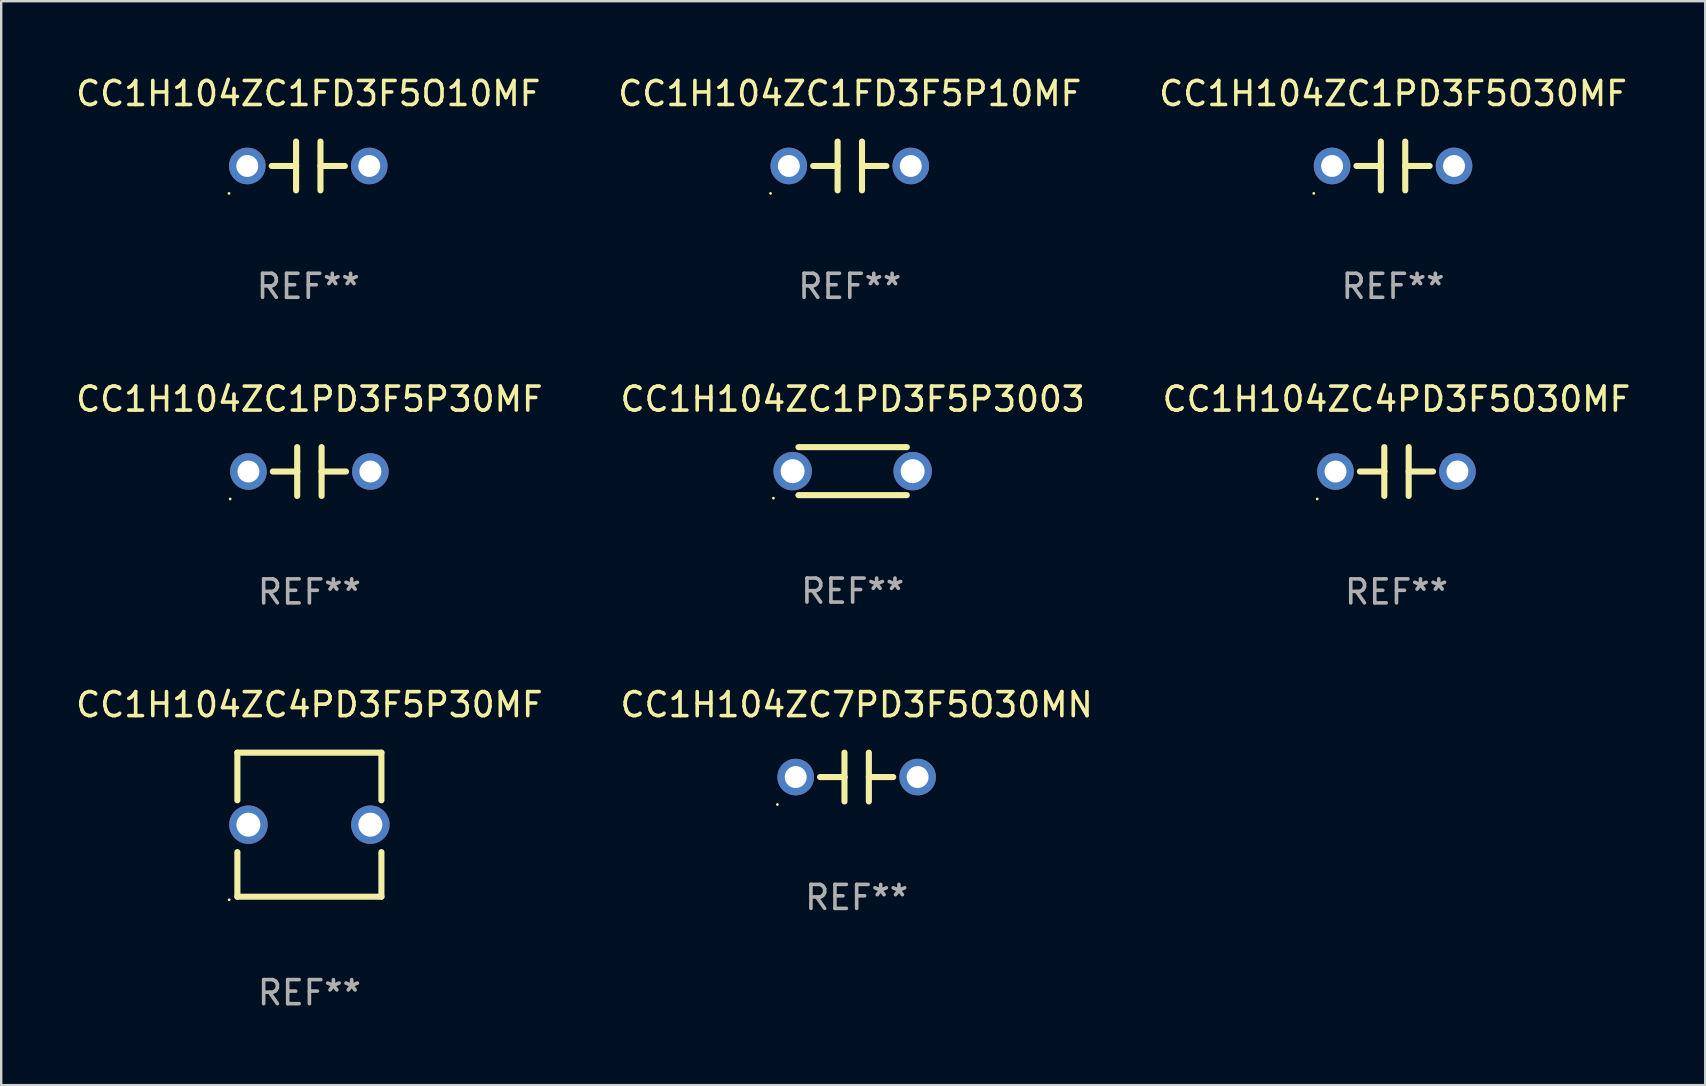
<source format=kicad_pcb>
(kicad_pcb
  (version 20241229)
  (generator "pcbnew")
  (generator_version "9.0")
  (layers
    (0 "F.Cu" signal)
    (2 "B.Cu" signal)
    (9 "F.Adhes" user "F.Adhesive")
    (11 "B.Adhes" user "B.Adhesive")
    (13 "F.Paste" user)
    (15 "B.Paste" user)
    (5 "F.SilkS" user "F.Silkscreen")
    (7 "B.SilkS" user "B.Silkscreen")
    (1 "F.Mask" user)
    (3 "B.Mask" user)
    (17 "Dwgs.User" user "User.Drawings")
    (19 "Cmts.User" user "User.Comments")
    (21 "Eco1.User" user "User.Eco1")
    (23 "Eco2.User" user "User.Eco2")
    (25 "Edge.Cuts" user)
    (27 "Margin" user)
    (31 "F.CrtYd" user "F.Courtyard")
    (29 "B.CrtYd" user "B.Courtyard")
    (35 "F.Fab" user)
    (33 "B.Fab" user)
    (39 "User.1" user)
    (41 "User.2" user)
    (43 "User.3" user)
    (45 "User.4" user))
  (footprint "CC1H104ZC7PD3F5O30MN"
    (layer "F.Cu")
    (at 32.637 29.321)
    (property "Reference" "CC1H104ZC7PD3F5O30MN" (at 0 -3.016 0) (layer "F.SilkS") (effects (font (size 1 1) (thickness 0.15))))
    (attr through_hole)
    (fp_line (start -1.524 0) (end -0.508 0) (stroke (width 0.254) (type solid)) (layer "F.SilkS"))
    (fp_line (start -0.508 0) (end -0.508 -1.016) (stroke (width 0.254) (type solid)) (layer "F.SilkS"))
    (fp_line (start -0.508 0) (end -0.508 1.016) (stroke (width 0.254) (type solid)) (layer "F.SilkS"))
    (fp_line (start 0.508 -1.016) (end 0.508 1.016) (stroke (width 0.254) (type solid)) (layer "F.SilkS"))
    (fp_line (start 1.524 0) (end 0.508 0) (stroke (width 0.254) (type solid)) (layer "F.SilkS"))
    (fp_circle (center -3.302 1.143) (end -3.272 1.143) (stroke (width 0.06) (type solid)) (fill no) (layer "F.SilkS"))
    (fp_text user "REF**" (at 0 5.016 0) (layer "F.Fab") (effects (font (size 1 1) (thickness 0.15))))
    (pad "1" thru_hole circle (at -2.54 0) (size 1.524 1.524) (drill 0.914) (layers "*.Cu" "*.Mask"))
    (pad "2" thru_hole circle (at 2.54 0) (size 1.524 1.524) (drill 0.914) (layers "*.Cu" "*.Mask")))
  (footprint "CC1H104ZC4PD3F5O30MF"
    (layer "F.Cu")
    (at 55.125 16.593)
    (property "Reference" "CC1H104ZC4PD3F5O30MF" (at 0 -3.016 0) (layer "F.SilkS") (effects (font (size 1 1) (thickness 0.15))))
    (attr through_hole)
    (fp_line (start -1.524 0) (end -0.508 0) (stroke (width 0.254) (type solid)) (layer "F.SilkS"))
    (fp_line (start -0.508 0) (end -0.508 -1.016) (stroke (width 0.254) (type solid)) (layer "F.SilkS"))
    (fp_line (start -0.508 0) (end -0.508 1.016) (stroke (width 0.254) (type solid)) (layer "F.SilkS"))
    (fp_line (start 0.508 -1.016) (end 0.508 1.016) (stroke (width 0.254) (type solid)) (layer "F.SilkS"))
    (fp_line (start 1.524 0) (end 0.508 0) (stroke (width 0.254) (type solid)) (layer "F.SilkS"))
    (fp_circle (center -3.302 1.143) (end -3.272 1.143) (stroke (width 0.06) (type solid)) (fill no) (layer "F.SilkS"))
    (fp_text user "REF**" (at 0 5.016 0) (layer "F.Fab") (effects (font (size 1 1) (thickness 0.15))))
    (pad "1" thru_hole circle (at -2.54 0) (size 1.524 1.524) (drill 0.914) (layers "*.Cu" "*.Mask"))
    (pad "2" thru_hole circle (at 2.54 0) (size 1.524 1.524) (drill 0.914) (layers "*.Cu" "*.Mask")))
  (footprint "CC1H104ZC1FD3F5O10MF"
    (layer "F.Cu")
    (at 9.792 3.864)
    (property "Reference" "CC1H104ZC1FD3F5O10MF" (at 0 -3.016 0) (layer "F.SilkS") (effects (font (size 1 1) (thickness 0.15))))
    (attr through_hole)
    (fp_line (start -1.524 0) (end -0.508 0) (stroke (width 0.254) (type solid)) (layer "F.SilkS"))
    (fp_line (start -0.508 0) (end -0.508 -1.016) (stroke (width 0.254) (type solid)) (layer "F.SilkS"))
    (fp_line (start -0.508 0) (end -0.508 1.016) (stroke (width 0.254) (type solid)) (layer "F.SilkS"))
    (fp_line (start 0.508 -1.016) (end 0.508 1.016) (stroke (width 0.254) (type solid)) (layer "F.SilkS"))
    (fp_line (start 1.524 0) (end 0.508 0) (stroke (width 0.254) (type solid)) (layer "F.SilkS"))
    (fp_circle (center -3.302 1.143) (end -3.272 1.143) (stroke (width 0.06) (type solid)) (fill no) (layer "F.SilkS"))
    (fp_text user "REF**" (at 0 5.016 0) (layer "F.Fab") (effects (font (size 1 1) (thickness 0.15))))
    (pad "1" thru_hole circle (at -2.54 0) (size 1.524 1.524) (drill 0.914) (layers "*.Cu" "*.Mask"))
    (pad "2" thru_hole circle (at 2.54 0) (size 1.524 1.524) (drill 0.914) (layers "*.Cu" "*.Mask")))
  (footprint "CC1H104ZC1PD3F5O30MF"
    (layer "F.Cu")
    (at 54.982 3.864)
    (property "Reference" "CC1H104ZC1PD3F5O30MF" (at 0 -3.016 0) (layer "F.SilkS") (effects (font (size 1 1) (thickness 0.15))))
    (attr through_hole)
    (fp_line (start -1.524 0) (end -0.508 0) (stroke (width 0.254) (type solid)) (layer "F.SilkS"))
    (fp_line (start -0.508 0) (end -0.508 -1.016) (stroke (width 0.254) (type solid)) (layer "F.SilkS"))
    (fp_line (start -0.508 0) (end -0.508 1.016) (stroke (width 0.254) (type solid)) (layer "F.SilkS"))
    (fp_line (start 0.508 -1.016) (end 0.508 1.016) (stroke (width 0.254) (type solid)) (layer "F.SilkS"))
    (fp_line (start 1.524 0) (end 0.508 0) (stroke (width 0.254) (type solid)) (layer "F.SilkS"))
    (fp_circle (center -3.302 1.143) (end -3.272 1.143) (stroke (width 0.06) (type solid)) (fill no) (layer "F.SilkS"))
    (fp_text user "REF**" (at 0 5.016 0) (layer "F.Fab") (effects (font (size 1 1) (thickness 0.15))))
    (pad "1" thru_hole circle (at -2.54 0) (size 1.524 1.524) (drill 0.914) (layers "*.Cu" "*.Mask"))
    (pad "2" thru_hole circle (at 2.54 0) (size 1.524 1.524) (drill 0.914) (layers "*.Cu" "*.Mask")))
  (footprint "CC1H104ZC4PD3F5P30MF"
    (layer "F.Cu")
    (at 9.839 31.305)
    (property "Reference" "CC1H104ZC4PD3F5P30MF" (at 0 -5 0) (layer "F.SilkS") (effects (font (size 1 1) (thickness 0.15))))
    (attr through_hole)
    (fp_line (start -3 -3) (end -3 -1.016) (stroke (width 0.254) (type solid)) (layer "F.SilkS"))
    (fp_line (start -3 -3) (end 3 -3) (stroke (width 0.254) (type solid)) (layer "F.SilkS"))
    (fp_line (start -3 3) (end -3 1.143) (stroke (width 0.254) (type solid)) (layer "F.SilkS"))
    (fp_line (start -3 3) (end 3 3) (stroke (width 0.254) (type solid)) (layer "F.SilkS"))
    (fp_line (start 3 -3) (end 3 -1.016) (stroke (width 0.254) (type solid)) (layer "F.SilkS"))
    (fp_line (start 3 3) (end 3 1.143) (stroke (width 0.254) (type solid)) (layer "F.SilkS"))
    (fp_circle (center -3.34 3.127) (end -3.31 3.127) (stroke (width 0.06) (type solid)) (fill no) (layer "F.SilkS"))
    (fp_text user "REF**" (at 0 7 0) (layer "F.Fab") (effects (font (size 1 1) (thickness 0.15))))
    (pad "1" thru_hole circle (at -2.54 0) (size 1.6 1.6) (drill 1) (layers "*.Cu" "*.Mask"))
    (pad "2" thru_hole circle (at 2.54 0) (size 1.6 1.6) (drill 1) (layers "*.Cu" "*.Mask")))
  (footprint "CC1H104ZC1PD3F5P30MF"
    (layer "F.Cu")
    (at 9.839 16.593)
    (property "Reference" "CC1H104ZC1PD3F5P30MF" (at 0 -3.016 0) (layer "F.SilkS") (effects (font (size 1 1) (thickness 0.15))))
    (attr through_hole)
    (fp_line (start -1.524 0) (end -0.508 0) (stroke (width 0.254) (type solid)) (layer "F.SilkS"))
    (fp_line (start -0.508 0) (end -0.508 -1.016) (stroke (width 0.254) (type solid)) (layer "F.SilkS"))
    (fp_line (start -0.508 0) (end -0.508 1.016) (stroke (width 0.254) (type solid)) (layer "F.SilkS"))
    (fp_line (start 0.508 -1.016) (end 0.508 1.016) (stroke (width 0.254) (type solid)) (layer "F.SilkS"))
    (fp_line (start 1.524 0) (end 0.508 0) (stroke (width 0.254) (type solid)) (layer "F.SilkS"))
    (fp_circle (center -3.302 1.143) (end -3.272 1.143) (stroke (width 0.06) (type solid)) (fill no) (layer "F.SilkS"))
    (fp_text user "REF**" (at 0 5.016 0) (layer "F.Fab") (effects (font (size 1 1) (thickness 0.15))))
    (pad "1" thru_hole circle (at -2.54 0) (size 1.524 1.524) (drill 0.914) (layers "*.Cu" "*.Mask"))
    (pad "2" thru_hole circle (at 2.54 0) (size 1.524 1.524) (drill 0.914) (layers "*.Cu" "*.Mask")))
  (footprint "CC1H104ZC1PD3F5P3003"
    (layer "F.Cu")
    (at 32.47 16.577)
    (property "Reference" "CC1H104ZC1PD3F5P3003" (at 0 -3 0) (layer "F.SilkS") (effects (font (size 1 1) (thickness 0.15))))
    (attr through_hole)
    (fp_line (start -2.257 -1) (end 2.256 -1) (stroke (width 0.254) (type solid)) (layer "F.SilkS"))
    (fp_line (start -2.257 1) (end 2.256 1) (stroke (width 0.254) (type solid)) (layer "F.SilkS"))
    (fp_circle (center -3.3 1.127) (end -3.27 1.127) (stroke (width 0.06) (type solid)) (fill no) (layer "F.SilkS"))
    (fp_text user "REF**" (at 0 5 0) (layer "F.Fab") (effects (font (size 1 1) (thickness 0.15))))
    (pad "1" thru_hole circle (at -2.5 0) (size 1.6 1.6) (drill 1) (layers "*.Cu" "*.Mask"))
    (pad "2" thru_hole circle (at 2.5 0) (size 1.6 1.6) (drill 1) (layers "*.Cu" "*.Mask")))
  (footprint "CC1H104ZC1FD3F5P10MF"
    (layer "F.Cu")
    (at 32.351 3.864)
    (property "Reference" "CC1H104ZC1FD3F5P10MF" (at 0 -3.016 0) (layer "F.SilkS") (effects (font (size 1 1) (thickness 0.15))))
    (attr through_hole)
    (fp_line (start -1.524 0) (end -0.508 0) (stroke (width 0.254) (type solid)) (layer "F.SilkS"))
    (fp_line (start -0.508 0) (end -0.508 -1.016) (stroke (width 0.254) (type solid)) (layer "F.SilkS"))
    (fp_line (start -0.508 0) (end -0.508 1.016) (stroke (width 0.254) (type solid)) (layer "F.SilkS"))
    (fp_line (start 0.508 -1.016) (end 0.508 1.016) (stroke (width 0.254) (type solid)) (layer "F.SilkS"))
    (fp_line (start 1.524 0) (end 0.508 0) (stroke (width 0.254) (type solid)) (layer "F.SilkS"))
    (fp_circle (center -3.302 1.143) (end -3.272 1.143) (stroke (width 0.06) (type solid)) (fill no) (layer "F.SilkS"))
    (fp_text user "REF**" (at 0 5.016 0) (layer "F.Fab") (effects (font (size 1 1) (thickness 0.15))))
    (pad "1" thru_hole circle (at -2.54 0) (size 1.524 1.524) (drill 0.914) (layers "*.Cu" "*.Mask"))
    (pad "2" thru_hole circle (at 2.54 0) (size 1.524 1.524) (drill 0.914) (layers "*.Cu" "*.Mask")))
  (gr_rect
    (start -3 -3)
    (end 67.988 42.154)
    (stroke (width 0.1) (type default))
    (fill no)
    (layer "Edge.Cuts")))
</source>
